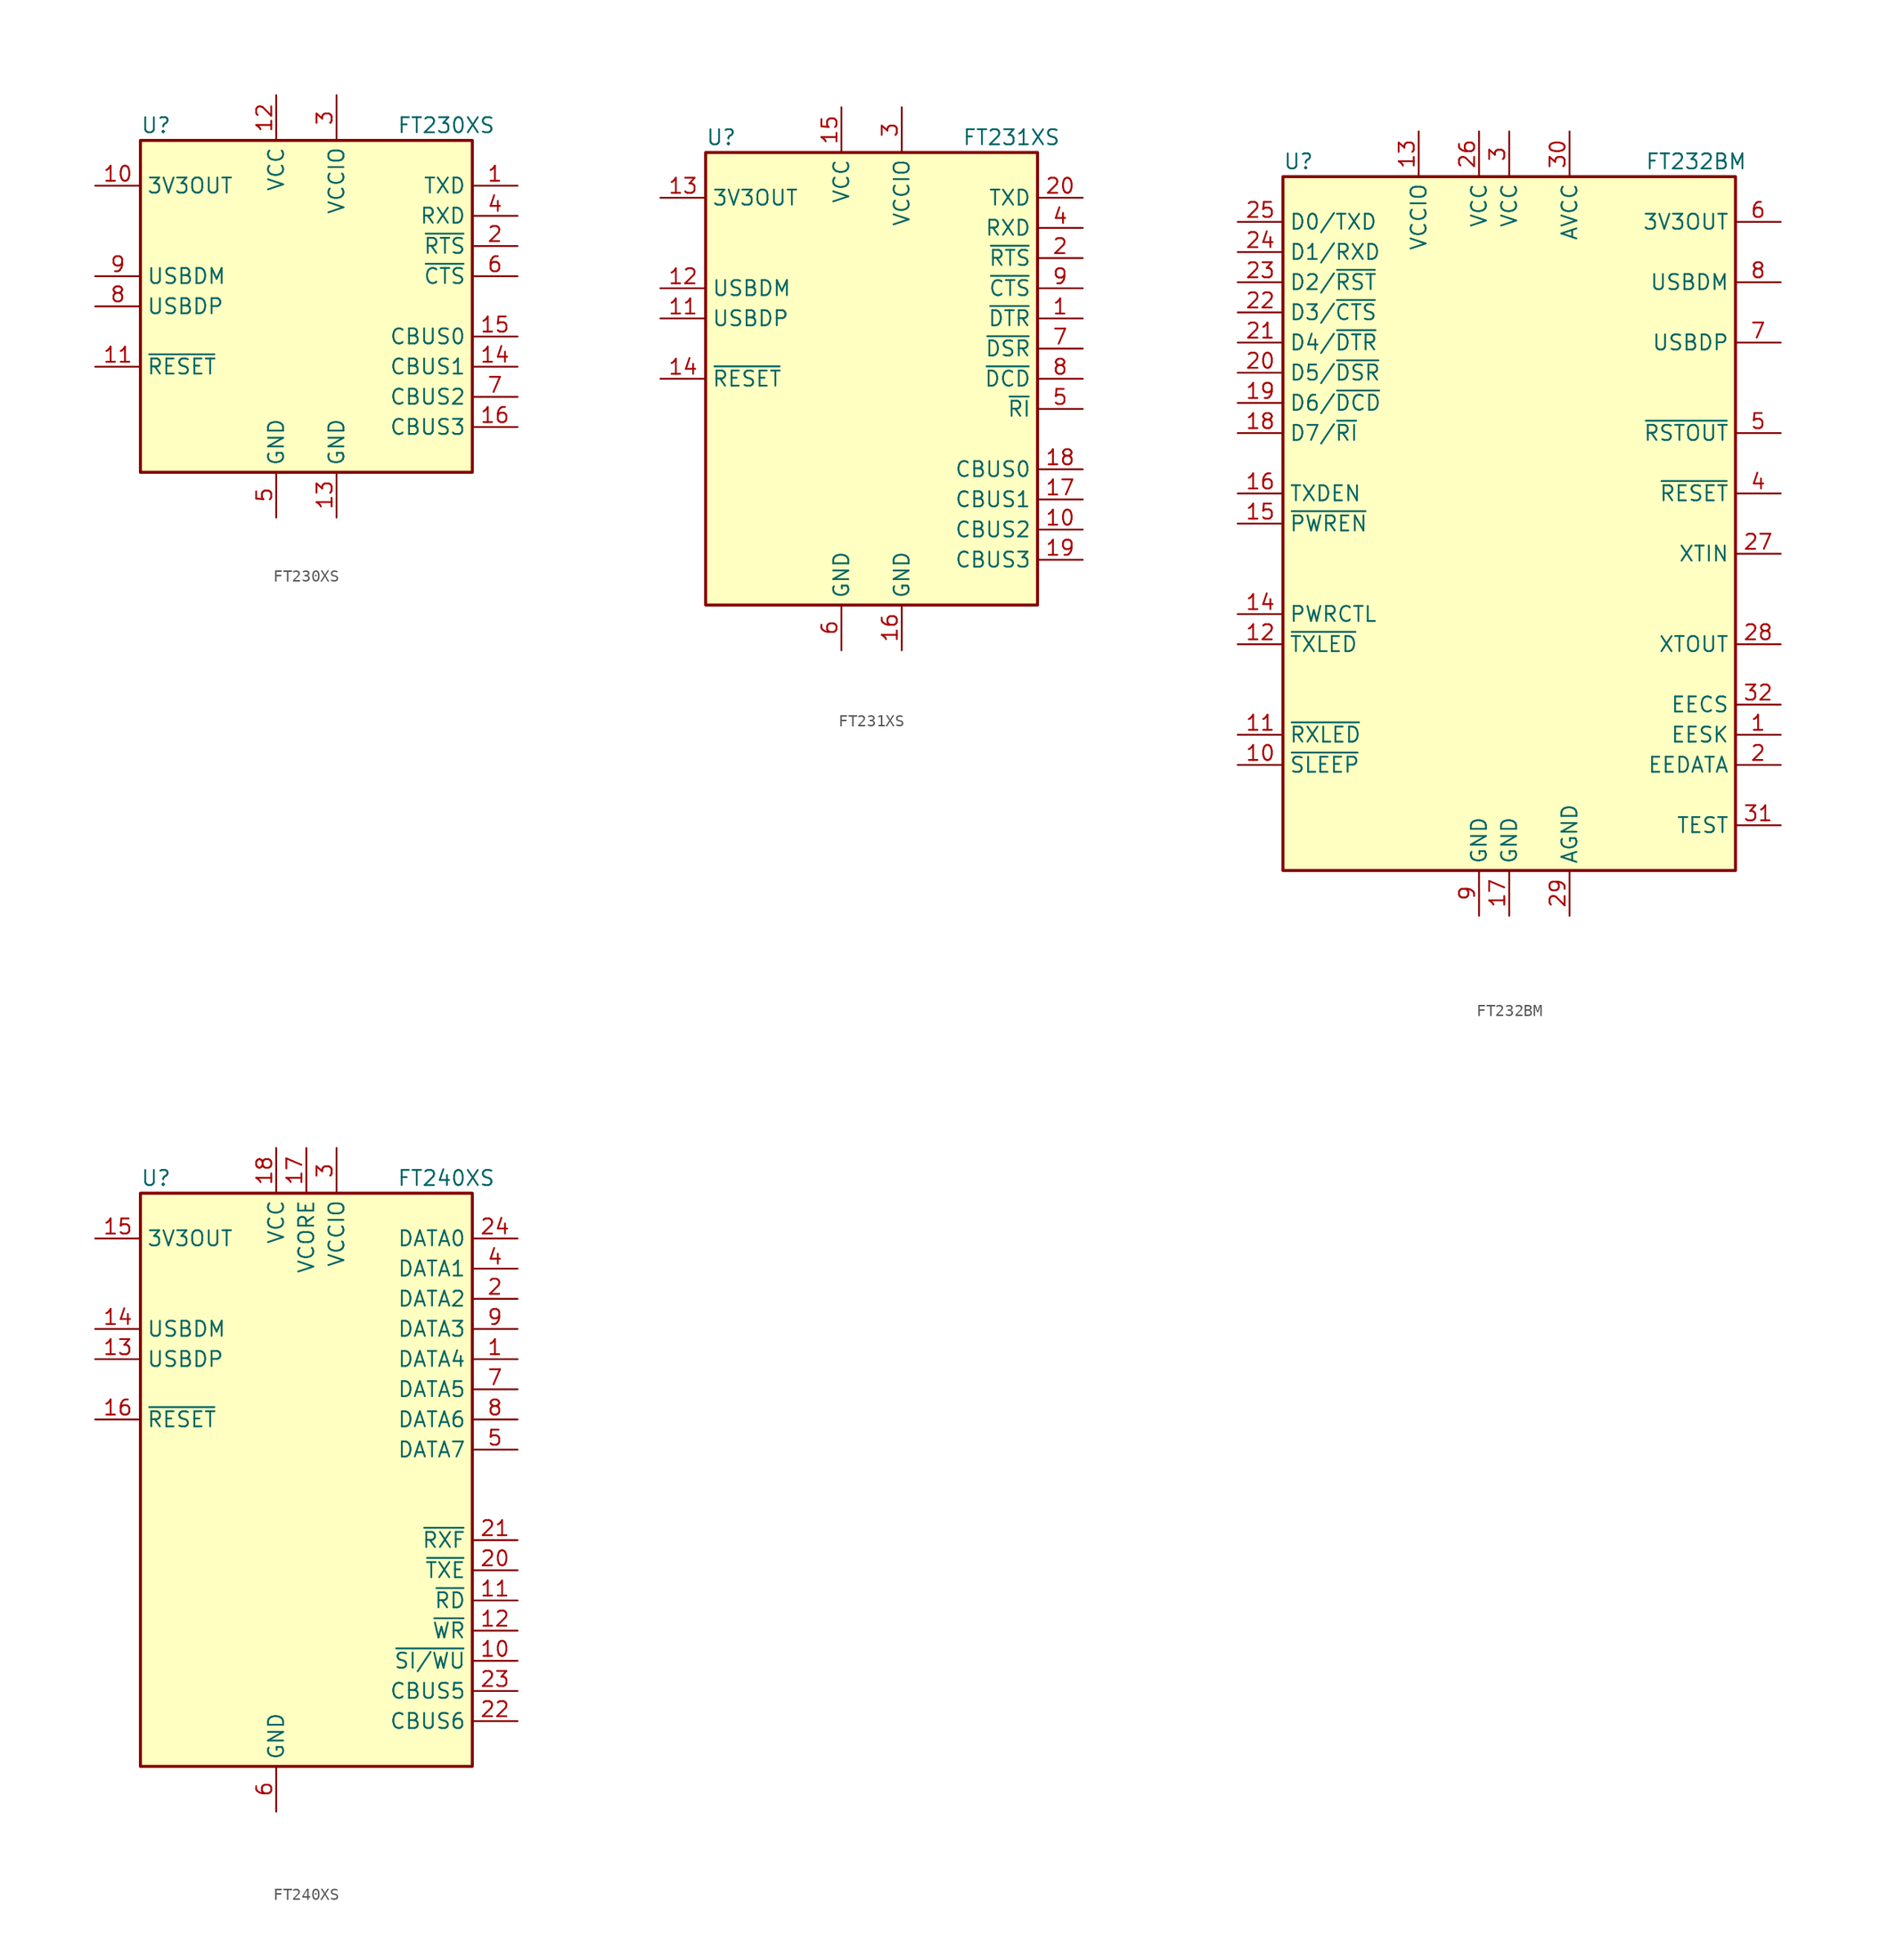
<source format=kicad_sym>
(kicad_symbol_lib
  (version 20220914)
  (generator kicad_symbol_editor)
  (symbol "FT230XS"
    (property "Reference" "U"
      (at -13.97 15.24 0)
      (effects (font (size 1.27 1.27)) (justify left)))
    (property "Value" "FT230XS"
      (at 7.62 15.24 0)
      (effects (font (size 1.27 1.27)) (justify left)))
    (symbol "FT230XS_0_1"
      (rectangle (start -13.97 13.97) (end 13.97 -13.97) (stroke (width 0.254) (type default)) (fill (type background))))
    (symbol "FT230XS_1_1"
      (pin output line (at 17.78 10.16 180) (length 3.81) (name "TXD" (effects (font (size 1.27 1.27)))) (number "1" (effects (font (size 1.27 1.27)))))
      (pin power_out line (at -17.78 10.16 0) (length 3.81) (name "3V3OUT" (effects (font (size 1.27 1.27)))) (number "10" (effects (font (size 1.27 1.27)))))
      (pin input line (at -17.78 -5.08 0) (length 3.81) (name "~{RESET}" (effects (font (size 1.27 1.27)))) (number "11" (effects (font (size 1.27 1.27)))))
      (pin power_in line (at -2.54 17.78 270) (length 3.81) (name "VCC" (effects (font (size 1.27 1.27)))) (number "12" (effects (font (size 1.27 1.27)))))
      (pin power_in line (at 2.54 -17.78 90) (length 3.81) (name "GND" (effects (font (size 1.27 1.27)))) (number "13" (effects (font (size 1.27 1.27)))))
      (pin bidirectional line (at 17.78 -5.08 180) (length 3.81) (name "CBUS1" (effects (font (size 1.27 1.27)))) (number "14" (effects (font (size 1.27 1.27)))))
      (pin bidirectional line (at 17.78 -2.54 180) (length 3.81) (name "CBUS0" (effects (font (size 1.27 1.27)))) (number "15" (effects (font (size 1.27 1.27)))))
      (pin bidirectional line (at 17.78 -10.16 180) (length 3.81) (name "CBUS3" (effects (font (size 1.27 1.27)))) (number "16" (effects (font (size 1.27 1.27)))))
      (pin output line (at 17.78 5.08 180) (length 3.81) (name "~{RTS}" (effects (font (size 1.27 1.27)))) (number "2" (effects (font (size 1.27 1.27)))))
      (pin power_in line (at 2.54 17.78 270) (length 3.81) (name "VCCIO" (effects (font (size 1.27 1.27)))) (number "3" (effects (font (size 1.27 1.27)))))
      (pin input line (at 17.78 7.62 180) (length 3.81) (name "RXD" (effects (font (size 1.27 1.27)))) (number "4" (effects (font (size 1.27 1.27)))))
      (pin power_in line (at -2.54 -17.78 90) (length 3.81) (name "GND" (effects (font (size 1.27 1.27)))) (number "5" (effects (font (size 1.27 1.27)))))
      (pin input line (at 17.78 2.54 180) (length 3.81) (name "~{CTS}" (effects (font (size 1.27 1.27)))) (number "6" (effects (font (size 1.27 1.27)))))
      (pin bidirectional line (at 17.78 -7.62 180) (length 3.81) (name "CBUS2" (effects (font (size 1.27 1.27)))) (number "7" (effects (font (size 1.27 1.27)))))
      (pin bidirectional line (at -17.78 0 0) (length 3.81) (name "USBDP" (effects (font (size 1.27 1.27)))) (number "8" (effects (font (size 1.27 1.27)))))
      (pin bidirectional line (at -17.78 2.54 0) (length 3.81) (name "USBDM" (effects (font (size 1.27 1.27)))) (number "9" (effects (font (size 1.27 1.27)))))))
  (symbol "FT231XS"
    (property "Reference" "U"
      (at -13.97 20.32 0)
      (effects (font (size 1.27 1.27)) (justify left)))
    (property "Value" "FT231XS"
      (at 7.62 20.32 0)
      (effects (font (size 1.27 1.27)) (justify left)))
    (symbol "FT231XS_0_1"
      (rectangle (start -13.97 19.05) (end 13.97 -19.05) (stroke (width 0.254) (type default)) (fill (type background))))
    (symbol "FT231XS_1_1"
      (pin output line (at 17.78 5.08 180) (length 3.81) (name "~{DTR}" (effects (font (size 1.27 1.27)))) (number "1" (effects (font (size 1.27 1.27)))))
      (pin bidirectional line (at 17.78 -12.7 180) (length 3.81) (name "CBUS2" (effects (font (size 1.27 1.27)))) (number "10" (effects (font (size 1.27 1.27)))))
      (pin bidirectional line (at -17.78 5.08 0) (length 3.81) (name "USBDP" (effects (font (size 1.27 1.27)))) (number "11" (effects (font (size 1.27 1.27)))))
      (pin bidirectional line (at -17.78 7.62 0) (length 3.81) (name "USBDM" (effects (font (size 1.27 1.27)))) (number "12" (effects (font (size 1.27 1.27)))))
      (pin power_out line (at -17.78 15.24 0) (length 3.81) (name "3V3OUT" (effects (font (size 1.27 1.27)))) (number "13" (effects (font (size 1.27 1.27)))))
      (pin input line (at -17.78 0 0) (length 3.81) (name "~{RESET}" (effects (font (size 1.27 1.27)))) (number "14" (effects (font (size 1.27 1.27)))))
      (pin power_in line (at -2.54 22.86 270) (length 3.81) (name "VCC" (effects (font (size 1.27 1.27)))) (number "15" (effects (font (size 1.27 1.27)))))
      (pin power_in line (at 2.54 -22.86 90) (length 3.81) (name "GND" (effects (font (size 1.27 1.27)))) (number "16" (effects (font (size 1.27 1.27)))))
      (pin bidirectional line (at 17.78 -10.16 180) (length 3.81) (name "CBUS1" (effects (font (size 1.27 1.27)))) (number "17" (effects (font (size 1.27 1.27)))))
      (pin bidirectional line (at 17.78 -7.62 180) (length 3.81) (name "CBUS0" (effects (font (size 1.27 1.27)))) (number "18" (effects (font (size 1.27 1.27)))))
      (pin bidirectional line (at 17.78 -15.24 180) (length 3.81) (name "CBUS3" (effects (font (size 1.27 1.27)))) (number "19" (effects (font (size 1.27 1.27)))))
      (pin output line (at 17.78 10.16 180) (length 3.81) (name "~{RTS}" (effects (font (size 1.27 1.27)))) (number "2" (effects (font (size 1.27 1.27)))))
      (pin output line (at 17.78 15.24 180) (length 3.81) (name "TXD" (effects (font (size 1.27 1.27)))) (number "20" (effects (font (size 1.27 1.27)))))
      (pin power_in line (at 2.54 22.86 270) (length 3.81) (name "VCCIO" (effects (font (size 1.27 1.27)))) (number "3" (effects (font (size 1.27 1.27)))))
      (pin input line (at 17.78 12.7 180) (length 3.81) (name "RXD" (effects (font (size 1.27 1.27)))) (number "4" (effects (font (size 1.27 1.27)))))
      (pin input line (at 17.78 -2.54 180) (length 3.81) (name "~{RI}" (effects (font (size 1.27 1.27)))) (number "5" (effects (font (size 1.27 1.27)))))
      (pin power_in line (at -2.54 -22.86 90) (length 3.81) (name "GND" (effects (font (size 1.27 1.27)))) (number "6" (effects (font (size 1.27 1.27)))))
      (pin input line (at 17.78 2.54 180) (length 3.81) (name "~{DSR}" (effects (font (size 1.27 1.27)))) (number "7" (effects (font (size 1.27 1.27)))))
      (pin input line (at 17.78 0 180) (length 3.81) (name "~{DCD}" (effects (font (size 1.27 1.27)))) (number "8" (effects (font (size 1.27 1.27)))))
      (pin input line (at 17.78 7.62 180) (length 3.81) (name "~{CTS}" (effects (font (size 1.27 1.27)))) (number "9" (effects (font (size 1.27 1.27)))))))
  (symbol "FT232BM"
    (property "Reference" "U"
      (at -19.05 30.48 0)
      (effects (font (size 1.27 1.27)) (justify left)))
    (property "Value" "FT232BM"
      (at 11.43 30.48 0)
      (effects (font (size 1.27 1.27)) (justify left)))
    (symbol "FT232BM_0_1"
      (rectangle (start -19.05 29.21) (end 19.05 -29.21) (stroke (width 0.254) (type default)) (fill (type background))))
    (symbol "FT232BM_1_1"
      (pin output line (at 22.86 -17.78 180) (length 3.81) (name "EESK" (effects (font (size 1.27 1.27)))) (number "1" (effects (font (size 1.27 1.27)))))
      (pin output line (at -22.86 -20.32 0) (length 3.81) (name "~{SLEEP}" (effects (font (size 1.27 1.27)))) (number "10" (effects (font (size 1.27 1.27)))))
      (pin open_collector line (at -22.86 -17.78 0) (length 3.81) (name "~{RXLED}" (effects (font (size 1.27 1.27)))) (number "11" (effects (font (size 1.27 1.27)))))
      (pin open_collector line (at -22.86 -10.16 0) (length 3.81) (name "~{TXLED}" (effects (font (size 1.27 1.27)))) (number "12" (effects (font (size 1.27 1.27)))))
      (pin power_in line (at -7.62 33.02 270) (length 3.81) (name "VCCIO" (effects (font (size 1.27 1.27)))) (number "13" (effects (font (size 1.27 1.27)))))
      (pin input line (at -22.86 -7.62 0) (length 3.81) (name "PWRCTL" (effects (font (size 1.27 1.27)))) (number "14" (effects (font (size 1.27 1.27)))))
      (pin output line (at -22.86 0 0) (length 3.81) (name "~{PWREN}" (effects (font (size 1.27 1.27)))) (number "15" (effects (font (size 1.27 1.27)))))
      (pin output line (at -22.86 2.54 0) (length 3.81) (name "TXDEN" (effects (font (size 1.27 1.27)))) (number "16" (effects (font (size 1.27 1.27)))))
      (pin power_in line (at 0 -33.02 90) (length 3.81) (name "GND" (effects (font (size 1.27 1.27)))) (number "17" (effects (font (size 1.27 1.27)))))
      (pin bidirectional line (at -22.86 7.62 0) (length 3.81) (name "D7/~{RI}" (effects (font (size 1.27 1.27)))) (number "18" (effects (font (size 1.27 1.27)))))
      (pin bidirectional line (at -22.86 10.16 0) (length 3.81) (name "D6/~{DCD}" (effects (font (size 1.27 1.27)))) (number "19" (effects (font (size 1.27 1.27)))))
      (pin bidirectional line (at 22.86 -20.32 180) (length 3.81) (name "EEDATA" (effects (font (size 1.27 1.27)))) (number "2" (effects (font (size 1.27 1.27)))))
      (pin bidirectional line (at -22.86 12.7 0) (length 3.81) (name "D5/~{DSR}" (effects (font (size 1.27 1.27)))) (number "20" (effects (font (size 1.27 1.27)))))
      (pin bidirectional line (at -22.86 15.24 0) (length 3.81) (name "D4/~{DTR}" (effects (font (size 1.27 1.27)))) (number "21" (effects (font (size 1.27 1.27)))))
      (pin bidirectional line (at -22.86 17.78 0) (length 3.81) (name "D3/~{CTS}" (effects (font (size 1.27 1.27)))) (number "22" (effects (font (size 1.27 1.27)))))
      (pin bidirectional line (at -22.86 20.32 0) (length 3.81) (name "D2/~{RST}" (effects (font (size 1.27 1.27)))) (number "23" (effects (font (size 1.27 1.27)))))
      (pin bidirectional line (at -22.86 22.86 0) (length 3.81) (name "D1/RXD" (effects (font (size 1.27 1.27)))) (number "24" (effects (font (size 1.27 1.27)))))
      (pin bidirectional line (at -22.86 25.4 0) (length 3.81) (name "D0/TXD" (effects (font (size 1.27 1.27)))) (number "25" (effects (font (size 1.27 1.27)))))
      (pin power_in line (at -2.54 33.02 270) (length 3.81) (name "VCC" (effects (font (size 1.27 1.27)))) (number "26" (effects (font (size 1.27 1.27)))))
      (pin input line (at 22.86 -2.54 180) (length 3.81) (name "XTIN" (effects (font (size 1.27 1.27)))) (number "27" (effects (font (size 1.27 1.27)))))
      (pin output line (at 22.86 -10.16 180) (length 3.81) (name "XTOUT" (effects (font (size 1.27 1.27)))) (number "28" (effects (font (size 1.27 1.27)))))
      (pin power_in line (at 5.08 -33.02 90) (length 3.81) (name "AGND" (effects (font (size 1.27 1.27)))) (number "29" (effects (font (size 1.27 1.27)))))
      (pin power_in line (at 0 33.02 270) (length 3.81) (name "VCC" (effects (font (size 1.27 1.27)))) (number "3" (effects (font (size 1.27 1.27)))))
      (pin power_in line (at 5.08 33.02 270) (length 3.81) (name "AVCC" (effects (font (size 1.27 1.27)))) (number "30" (effects (font (size 1.27 1.27)))))
      (pin input line (at 22.86 -25.4 180) (length 3.81) (name "TEST" (effects (font (size 1.27 1.27)))) (number "31" (effects (font (size 1.27 1.27)))))
      (pin bidirectional line (at 22.86 -15.24 180) (length 3.81) (name "EECS" (effects (font (size 1.27 1.27)))) (number "32" (effects (font (size 1.27 1.27)))))
      (pin input line (at 22.86 2.54 180) (length 3.81) (name "~{RESET}" (effects (font (size 1.27 1.27)))) (number "4" (effects (font (size 1.27 1.27)))))
      (pin output line (at 22.86 7.62 180) (length 3.81) (name "~{RSTOUT}" (effects (font (size 1.27 1.27)))) (number "5" (effects (font (size 1.27 1.27)))))
      (pin power_out line (at 22.86 25.4 180) (length 3.81) (name "3V3OUT" (effects (font (size 1.27 1.27)))) (number "6" (effects (font (size 1.27 1.27)))))
      (pin bidirectional line (at 22.86 15.24 180) (length 3.81) (name "USBDP" (effects (font (size 1.27 1.27)))) (number "7" (effects (font (size 1.27 1.27)))))
      (pin bidirectional line (at 22.86 20.32 180) (length 3.81) (name "USBDM" (effects (font (size 1.27 1.27)))) (number "8" (effects (font (size 1.27 1.27)))))
      (pin power_in line (at -2.54 -33.02 90) (length 3.81) (name "GND" (effects (font (size 1.27 1.27)))) (number "9" (effects (font (size 1.27 1.27)))))))
  (symbol "FT240XS"
    (property "Reference" "U"
      (at -13.97 25.4 0)
      (effects (font (size 1.27 1.27)) (justify left)))
    (property "Value" "FT240XS"
      (at 7.62 25.4 0)
      (effects (font (size 1.27 1.27)) (justify left)))
    (symbol "FT240XS_0_1"
      (rectangle (start 13.97 -24.13) (end -13.97 24.13) (stroke (width 0.254) (type default)) (fill (type background))))
    (symbol "FT240XS_1_1"
      (pin bidirectional line (at 17.78 10.16 180) (length 3.81) (name "DATA4" (effects (font (size 1.27 1.27)))) (number "1" (effects (font (size 1.27 1.27)))))
      (pin input line (at 17.78 -15.24 180) (length 3.81) (name "~{SI/WU}" (effects (font (size 1.27 1.27)))) (number "10" (effects (font (size 1.27 1.27)))))
      (pin input line (at 17.78 -10.16 180) (length 3.81) (name "~{RD}" (effects (font (size 1.27 1.27)))) (number "11" (effects (font (size 1.27 1.27)))))
      (pin input line (at 17.78 -12.7 180) (length 3.81) (name "~{WR}" (effects (font (size 1.27 1.27)))) (number "12" (effects (font (size 1.27 1.27)))))
      (pin bidirectional line (at -17.78 10.16 0) (length 3.81) (name "USBDP" (effects (font (size 1.27 1.27)))) (number "13" (effects (font (size 1.27 1.27)))))
      (pin bidirectional line (at -17.78 12.7 0) (length 3.81) (name "USBDM" (effects (font (size 1.27 1.27)))) (number "14" (effects (font (size 1.27 1.27)))))
      (pin power_out line (at -17.78 20.32 0) (length 3.81) (name "3V3OUT" (effects (font (size 1.27 1.27)))) (number "15" (effects (font (size 1.27 1.27)))))
      (pin input line (at -17.78 5.08 0) (length 3.81) (name "~{RESET}" (effects (font (size 1.27 1.27)))) (number "16" (effects (font (size 1.27 1.27)))))
      (pin power_out line (at 0 27.94 270) (length 3.81) (name "VCORE" (effects (font (size 1.27 1.27)))) (number "17" (effects (font (size 1.27 1.27)))))
      (pin power_in line (at -2.54 27.94 270) (length 3.81) (name "VCC" (effects (font (size 1.27 1.27)))) (number "18" (effects (font (size 1.27 1.27)))))
      (pin passive line (at -2.54 -27.94 90) (length 3.81) hide (name "GND" (effects (font (size 1.27 1.27)))) (number "19" (effects (font (size 1.27 1.27)))))
      (pin bidirectional line (at 17.78 15.24 180) (length 3.81) (name "DATA2" (effects (font (size 1.27 1.27)))) (number "2" (effects (font (size 1.27 1.27)))))
      (pin output line (at 17.78 -7.62 180) (length 3.81) (name "~{TXE}" (effects (font (size 1.27 1.27)))) (number "20" (effects (font (size 1.27 1.27)))))
      (pin output line (at 17.78 -5.08 180) (length 3.81) (name "~{RXF}" (effects (font (size 1.27 1.27)))) (number "21" (effects (font (size 1.27 1.27)))))
      (pin bidirectional line (at 17.78 -20.32 180) (length 3.81) (name "CBUS6" (effects (font (size 1.27 1.27)))) (number "22" (effects (font (size 1.27 1.27)))))
      (pin bidirectional line (at 17.78 -17.78 180) (length 3.81) (name "CBUS5" (effects (font (size 1.27 1.27)))) (number "23" (effects (font (size 1.27 1.27)))))
      (pin bidirectional line (at 17.78 20.32 180) (length 3.81) (name "DATA0" (effects (font (size 1.27 1.27)))) (number "24" (effects (font (size 1.27 1.27)))))
      (pin power_in line (at 2.54 27.94 270) (length 3.81) (name "VCCIO" (effects (font (size 1.27 1.27)))) (number "3" (effects (font (size 1.27 1.27)))))
      (pin bidirectional line (at 17.78 17.78 180) (length 3.81) (name "DATA1" (effects (font (size 1.27 1.27)))) (number "4" (effects (font (size 1.27 1.27)))))
      (pin bidirectional line (at 17.78 2.54 180) (length 3.81) (name "DATA7" (effects (font (size 1.27 1.27)))) (number "5" (effects (font (size 1.27 1.27)))))
      (pin power_in line (at -2.54 -27.94 90) (length 3.81) (name "GND" (effects (font (size 1.27 1.27)))) (number "6" (effects (font (size 1.27 1.27)))))
      (pin bidirectional line (at 17.78 7.62 180) (length 3.81) (name "DATA5" (effects (font (size 1.27 1.27)))) (number "7" (effects (font (size 1.27 1.27)))))
      (pin bidirectional line (at 17.78 5.08 180) (length 3.81) (name "DATA6" (effects (font (size 1.27 1.27)))) (number "8" (effects (font (size 1.27 1.27)))))
      (pin bidirectional line (at 17.78 12.7 180) (length 3.81) (name "DATA3" (effects (font (size 1.27 1.27)))) (number "9" (effects (font (size 1.27 1.27))))))))
</source>
